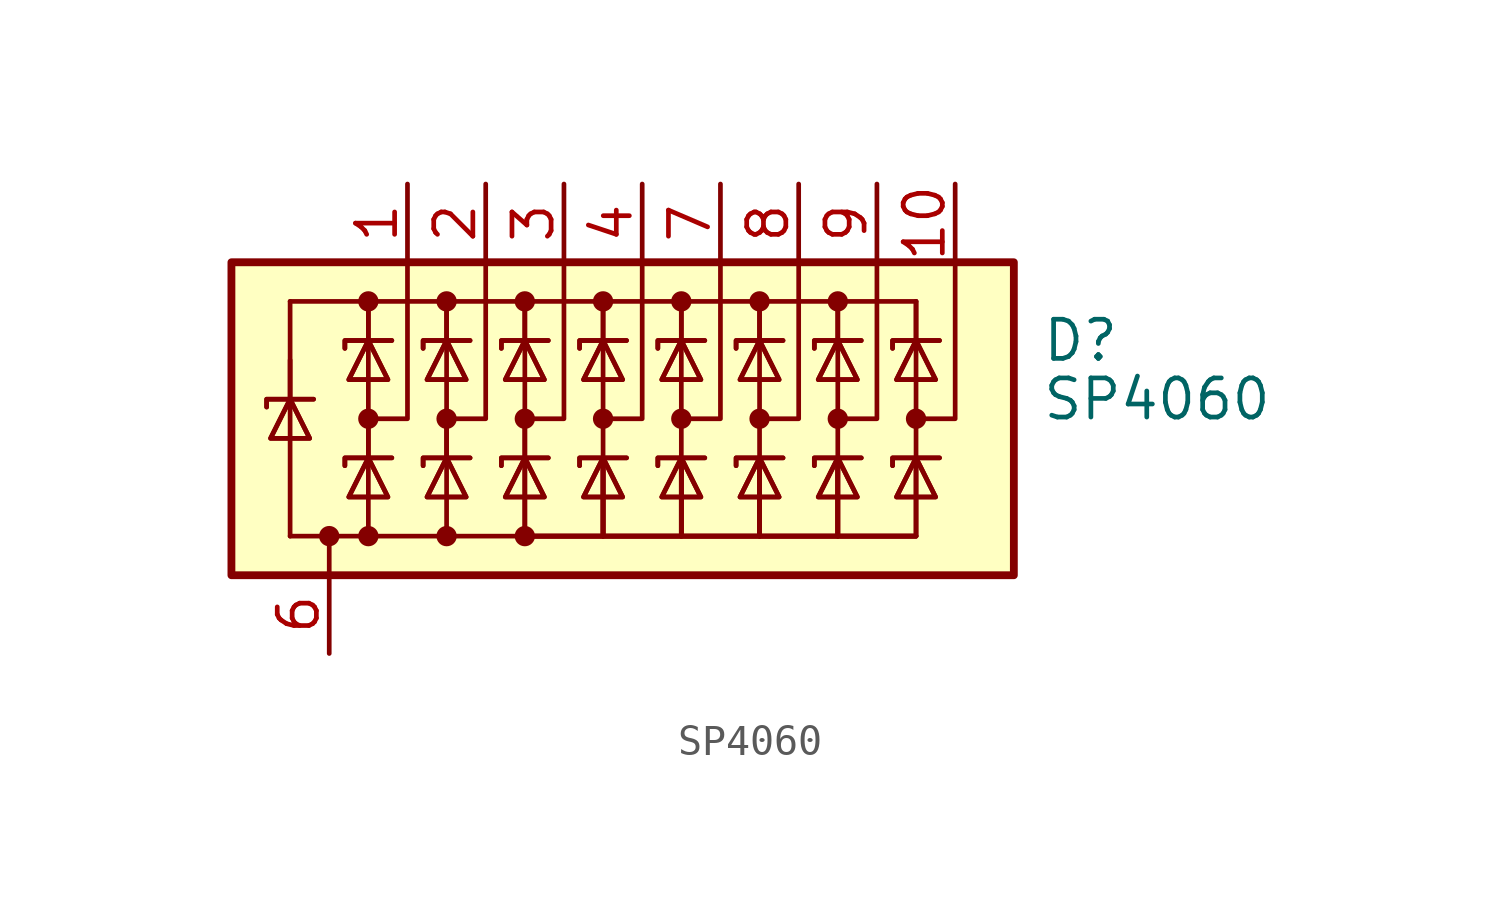
<source format=kicad_sym>
(kicad_symbol_lib
  (version 20231120)
  (generator "kicad_symbol_editor")
  (generator_version "8.0")
  (symbol "SP4060"
    (pin_names hide)
    (property "Reference" "D"
      (at 15.494 2.54 0)
      (effects (font (size 1.27 1.27)) (justify left)))
    (property "Value" "SP4060"
      (at 15.494 0.635 0)
      (effects (font (size 1.27 1.27)) (justify left)))
    (symbol "SP4060_0_1"
      (rectangle (start -10.795 5.08) (end 14.605 -5.08) (stroke (width 0.254) (type default)) (fill (type background)))
      (circle (center -7.62 -3.81) (radius 0.254) (stroke (width 0) (type default)) (fill (type outline)))
      (circle (center -6.35 -3.81) (radius 0.254) (stroke (width 0) (type default)) (fill (type outline)))
      (circle (center -6.35 0) (radius 0.254) (stroke (width 0) (type default)) (fill (type outline)))
      (circle (center -6.35 3.81) (radius 0.254) (stroke (width 0) (type default)) (fill (type outline)))
      (circle (center -3.81 -3.81) (radius 0.254) (stroke (width 0) (type default)) (fill (type outline)))
      (circle (center -3.81 0) (radius 0.254) (stroke (width 0) (type default)) (fill (type outline)))
      (circle (center -3.81 3.81) (radius 0.254) (stroke (width 0) (type default)) (fill (type outline)))
      (circle (center -1.27 -3.81) (radius 0.254) (stroke (width 0) (type default)) (fill (type outline)))
      (circle (center -1.27 0) (radius 0.254) (stroke (width 0) (type default)) (fill (type outline)))
      (circle (center -1.27 3.81) (radius 0.254) (stroke (width 0) (type default)) (fill (type outline)))
      (polyline (pts (xy -8.89 0.635) (xy -8.89 -3.81)) (stroke (width 0) (type default)) (fill (type none)))
      (polyline (pts (xy -8.89 1.905) (xy -8.89 0.635)) (stroke (width 0) (type default)) (fill (type none)))
      (polyline (pts (xy -8.89 3.81) (xy -8.89 0.635)) (stroke (width 0) (type default)) (fill (type none)))
      (polyline (pts (xy -7.62 -5.08) (xy -7.62 -3.81)) (stroke (width 0) (type default)) (fill (type none)))
      (polyline (pts (xy -6.35 -3.81) (xy -8.89 -3.81)) (stroke (width 0) (type default)) (fill (type none)))
      (polyline (pts (xy -6.35 0) (xy -6.35 -1.27)) (stroke (width 0) (type default)) (fill (type none)))
      (polyline (pts (xy -6.35 2.54) (xy -6.35 -1.27)) (stroke (width 0) (type default)) (fill (type none)))
      (polyline (pts (xy -6.35 3.81) (xy -6.35 2.54)) (stroke (width 0) (type default)) (fill (type none)))
      (polyline (pts (xy -6.35 3.81) (xy -6.35 2.54)) (stroke (width 0) (type default)) (fill (type none)))
      (polyline (pts (xy -3.81 0) (xy -3.81 -1.27)) (stroke (width 0) (type default)) (fill (type none)))
      (polyline (pts (xy -3.81 2.54) (xy -3.81 -1.27)) (stroke (width 0) (type default)) (fill (type none)))
      (polyline (pts (xy -3.81 3.81) (xy -3.81 2.54)) (stroke (width 0) (type default)) (fill (type none)))
      (polyline (pts (xy -3.81 3.81) (xy -3.81 2.54)) (stroke (width 0) (type default)) (fill (type none)))
      (polyline (pts (xy -1.27 0) (xy -1.27 -1.27)) (stroke (width 0) (type default)) (fill (type none)))
      (polyline (pts (xy -1.27 2.54) (xy -1.27 -1.27)) (stroke (width 0) (type default)) (fill (type none)))
      (polyline (pts (xy -1.27 3.81) (xy -1.27 2.54)) (stroke (width 0) (type default)) (fill (type none)))
      (polyline (pts (xy -1.27 3.81) (xy -1.27 2.54)) (stroke (width 0) (type default)) (fill (type none)))
      (polyline (pts (xy 1.27 2.54) (xy 1.27 -1.27)) (stroke (width 0) (type default)) (fill (type none)))
      (polyline (pts (xy 1.27 3.81) (xy 1.27 2.54)) (stroke (width 0) (type default)) (fill (type none)))
      (polyline (pts (xy 1.27 3.81) (xy 1.27 2.54)) (stroke (width 0) (type default)) (fill (type none)))
      (polyline (pts (xy 3.81 2.54) (xy 3.81 -1.27)) (stroke (width 0) (type default)) (fill (type none)))
      (polyline (pts (xy 3.81 3.81) (xy 3.81 2.54)) (stroke (width 0) (type default)) (fill (type none)))
      (polyline (pts (xy 3.81 3.81) (xy 3.81 2.54)) (stroke (width 0) (type default)) (fill (type none)))
      (polyline (pts (xy 6.35 2.54) (xy 6.35 -1.27)) (stroke (width 0) (type default)) (fill (type none)))
      (polyline (pts (xy 6.35 3.81) (xy 6.35 2.54)) (stroke (width 0) (type default)) (fill (type none)))
      (polyline (pts (xy 6.35 3.81) (xy 6.35 2.54)) (stroke (width 0) (type default)) (fill (type none)))
      (polyline (pts (xy 8.89 2.54) (xy 8.89 -1.27)) (stroke (width 0) (type default)) (fill (type none)))
      (polyline (pts (xy 8.89 3.81) (xy 8.89 2.54)) (stroke (width 0) (type default)) (fill (type none)))
      (polyline (pts (xy 8.89 3.81) (xy 8.89 2.54)) (stroke (width 0) (type default)) (fill (type none)))
      (polyline (pts (xy 11.43 2.54) (xy 11.43 -1.27)) (stroke (width 0) (type default)) (fill (type none)))
      (polyline (pts (xy 11.43 3.81) (xy -8.89 3.81)) (stroke (width 0) (type default)) (fill (type none)))
      (polyline (pts (xy 11.43 3.81) (xy 11.43 2.54)) (stroke (width 0) (type default)) (fill (type none)))
      (polyline (pts (xy 11.43 3.81) (xy 11.43 2.54)) (stroke (width 0) (type default)) (fill (type none)))
      (polyline (pts (xy -6.35 -1.27) (xy -6.35 -3.81) (xy -3.81 -3.81)) (stroke (width 0) (type default)) (fill (type none)))
      (polyline (pts (xy -5.08 5.08) (xy -5.08 0) (xy -6.35 0)) (stroke (width 0) (type default)) (fill (type none)))
      (polyline (pts (xy -3.81 -1.27) (xy -3.81 -3.81) (xy -1.27 -3.81)) (stroke (width 0) (type default)) (fill (type none)))
      (polyline (pts (xy -2.54 5.08) (xy -2.54 0) (xy -3.81 0)) (stroke (width 0) (type default)) (fill (type none)))
      (polyline (pts (xy -1.27 -1.27) (xy -1.27 -3.81) (xy 1.27 -3.81)) (stroke (width 0) (type default)) (fill (type none)))
      (polyline (pts (xy -1.27 -1.27) (xy -1.27 -3.81) (xy 1.27 -3.81)) (stroke (width 0) (type default)) (fill (type none)))
      (polyline (pts (xy 0 5.08) (xy 0 0) (xy -1.27 0)) (stroke (width 0) (type default)) (fill (type none)))
      (polyline (pts (xy 1.27 -1.27) (xy 1.27 -3.81) (xy -1.27 -3.81)) (stroke (width 0) (type default)) (fill (type none)))
      (polyline (pts (xy 1.27 -1.27) (xy 1.27 -3.81) (xy -1.27 -3.81)) (stroke (width 0) (type default)) (fill (type none)))
      (polyline (pts (xy 1.27 -1.27) (xy 1.27 -3.81) (xy 3.81 -3.81)) (stroke (width 0) (type default)) (fill (type none)))
      (polyline (pts (xy 1.27 -1.27) (xy 1.27 -3.81) (xy 3.81 -3.81)) (stroke (width 0) (type default)) (fill (type none)))
      (polyline (pts (xy 2.54 5.08) (xy 2.54 0) (xy 1.27 0)) (stroke (width 0) (type default)) (fill (type none)))
      (polyline (pts (xy 3.81 -1.27) (xy 3.81 -3.81) (xy 1.27 -3.81)) (stroke (width 0) (type default)) (fill (type none)))
      (polyline (pts (xy 3.81 -1.27) (xy 3.81 -3.81) (xy 1.27 -3.81)) (stroke (width 0) (type default)) (fill (type none)))
      (polyline (pts (xy 3.81 -1.27) (xy 3.81 -3.81) (xy 6.35 -3.81)) (stroke (width 0) (type default)) (fill (type none)))
      (polyline (pts (xy 3.81 -1.27) (xy 3.81 -3.81) (xy 6.35 -3.81)) (stroke (width 0) (type default)) (fill (type none)))
      (polyline (pts (xy 5.08 5.08) (xy 5.08 0) (xy 3.81 0)) (stroke (width 0) (type default)) (fill (type none)))
      (polyline (pts (xy 6.35 -1.27) (xy 6.35 -3.81) (xy 3.81 -3.81)) (stroke (width 0) (type default)) (fill (type none)))
      (polyline (pts (xy 6.35 -1.27) (xy 6.35 -3.81) (xy 3.81 -3.81)) (stroke (width 0) (type default)) (fill (type none)))
      (polyline (pts (xy 6.35 -1.27) (xy 6.35 -3.81) (xy 8.89 -3.81)) (stroke (width 0) (type default)) (fill (type none)))
      (polyline (pts (xy 6.35 -1.27) (xy 6.35 -3.81) (xy 8.89 -3.81)) (stroke (width 0) (type default)) (fill (type none)))
      (polyline (pts (xy 7.62 5.08) (xy 7.62 0) (xy 6.35 0)) (stroke (width 0) (type default)) (fill (type none)))
      (polyline (pts (xy 8.89 -1.27) (xy 8.89 -3.81) (xy 6.35 -3.81)) (stroke (width 0) (type default)) (fill (type none)))
      (polyline (pts (xy 8.89 -1.27) (xy 8.89 -3.81) (xy 6.35 -3.81)) (stroke (width 0) (type default)) (fill (type none)))
      (polyline (pts (xy 8.89 -1.27) (xy 8.89 -3.81) (xy 11.43 -3.81)) (stroke (width 0) (type default)) (fill (type none)))
      (polyline (pts (xy 8.89 -1.27) (xy 8.89 -3.81) (xy 11.43 -3.81)) (stroke (width 0) (type default)) (fill (type none)))
      (polyline (pts (xy 10.16 5.08) (xy 10.16 0) (xy 8.89 0)) (stroke (width 0) (type default)) (fill (type none)))
      (polyline (pts (xy 11.43 -1.27) (xy 11.43 -3.81) (xy 8.89 -3.81)) (stroke (width 0) (type default)) (fill (type none)))
      (polyline (pts (xy 11.43 -1.27) (xy 11.43 -3.81) (xy 8.89 -3.81)) (stroke (width 0) (type default)) (fill (type none)))
      (polyline (pts (xy 12.7 5.08) (xy 12.7 0) (xy 11.43 0)) (stroke (width 0) (type default)) (fill (type none)))
      (polyline (pts (xy -9.652 0.381) (xy -9.652 0.635) (xy -8.255 0.635) (xy -8.128 0.635)) (stroke (width 0) (type default)) (fill (type none)))
      (polyline (pts (xy -9.652 0.381) (xy -9.652 0.635) (xy -8.255 0.635) (xy -8.128 0.635)) (stroke (width 0) (type default)) (fill (type none)))
      (polyline (pts (xy -8.89 0.635) (xy -8.255 -0.635) (xy -9.525 -0.635) (xy -8.89 0.635)) (stroke (width 0) (type default)) (fill (type none)))
      (polyline (pts (xy -8.89 0.635) (xy -8.255 -0.635) (xy -9.525 -0.635) (xy -8.89 0.635)) (stroke (width 0) (type default)) (fill (type none)))
      (polyline (pts (xy -7.112 -1.524) (xy -7.112 -1.27) (xy -5.715 -1.27) (xy -5.588 -1.27)) (stroke (width 0) (type default)) (fill (type none)))
      (polyline (pts (xy -7.112 -1.524) (xy -7.112 -1.27) (xy -5.715 -1.27) (xy -5.588 -1.27)) (stroke (width 0) (type default)) (fill (type none)))
      (polyline (pts (xy -7.112 2.286) (xy -7.112 2.54) (xy -5.715 2.54) (xy -5.588 2.54)) (stroke (width 0) (type default)) (fill (type none)))
      (polyline (pts (xy -7.112 2.286) (xy -7.112 2.54) (xy -5.715 2.54) (xy -5.588 2.54)) (stroke (width 0) (type default)) (fill (type none)))
      (polyline (pts (xy -6.35 -1.27) (xy -5.715 -2.54) (xy -6.985 -2.54) (xy -6.35 -1.27)) (stroke (width 0) (type default)) (fill (type none)))
      (polyline (pts (xy -6.35 -1.27) (xy -5.715 -2.54) (xy -6.985 -2.54) (xy -6.35 -1.27)) (stroke (width 0) (type default)) (fill (type none)))
      (polyline (pts (xy -6.35 2.54) (xy -5.715 1.27) (xy -6.985 1.27) (xy -6.35 2.54)) (stroke (width 0) (type default)) (fill (type none)))
      (polyline (pts (xy -6.35 2.54) (xy -5.715 1.27) (xy -6.985 1.27) (xy -6.35 2.54)) (stroke (width 0) (type default)) (fill (type none)))
      (polyline (pts (xy -4.572 -1.524) (xy -4.572 -1.27) (xy -3.175 -1.27) (xy -3.048 -1.27)) (stroke (width 0) (type default)) (fill (type none)))
      (polyline (pts (xy -4.572 -1.524) (xy -4.572 -1.27) (xy -3.175 -1.27) (xy -3.048 -1.27)) (stroke (width 0) (type default)) (fill (type none)))
      (polyline (pts (xy -4.572 2.286) (xy -4.572 2.54) (xy -3.175 2.54) (xy -3.048 2.54)) (stroke (width 0) (type default)) (fill (type none)))
      (polyline (pts (xy -4.572 2.286) (xy -4.572 2.54) (xy -3.175 2.54) (xy -3.048 2.54)) (stroke (width 0) (type default)) (fill (type none)))
      (polyline (pts (xy -3.81 -1.27) (xy -3.175 -2.54) (xy -4.445 -2.54) (xy -3.81 -1.27)) (stroke (width 0) (type default)) (fill (type none)))
      (polyline (pts (xy -3.81 -1.27) (xy -3.175 -2.54) (xy -4.445 -2.54) (xy -3.81 -1.27)) (stroke (width 0) (type default)) (fill (type none)))
      (polyline (pts (xy -3.81 2.54) (xy -3.175 1.27) (xy -4.445 1.27) (xy -3.81 2.54)) (stroke (width 0) (type default)) (fill (type none)))
      (polyline (pts (xy -3.81 2.54) (xy -3.175 1.27) (xy -4.445 1.27) (xy -3.81 2.54)) (stroke (width 0) (type default)) (fill (type none)))
      (polyline (pts (xy -2.032 -1.524) (xy -2.032 -1.27) (xy -0.635 -1.27) (xy -0.508 -1.27)) (stroke (width 0) (type default)) (fill (type none)))
      (polyline (pts (xy -2.032 -1.524) (xy -2.032 -1.27) (xy -0.635 -1.27) (xy -0.508 -1.27)) (stroke (width 0) (type default)) (fill (type none)))
      (polyline (pts (xy -2.032 2.286) (xy -2.032 2.54) (xy -0.635 2.54) (xy -0.508 2.54)) (stroke (width 0) (type default)) (fill (type none)))
      (polyline (pts (xy -2.032 2.286) (xy -2.032 2.54) (xy -0.635 2.54) (xy -0.508 2.54)) (stroke (width 0) (type default)) (fill (type none)))
      (polyline (pts (xy -1.27 -1.27) (xy -0.635 -2.54) (xy -1.905 -2.54) (xy -1.27 -1.27)) (stroke (width 0) (type default)) (fill (type none)))
      (polyline (pts (xy -1.27 -1.27) (xy -0.635 -2.54) (xy -1.905 -2.54) (xy -1.27 -1.27)) (stroke (width 0) (type default)) (fill (type none)))
      (polyline (pts (xy -1.27 2.54) (xy -0.635 1.27) (xy -1.905 1.27) (xy -1.27 2.54)) (stroke (width 0) (type default)) (fill (type none)))
      (polyline (pts (xy -1.27 2.54) (xy -0.635 1.27) (xy -1.905 1.27) (xy -1.27 2.54)) (stroke (width 0) (type default)) (fill (type none)))
      (polyline (pts (xy 0.508 -1.524) (xy 0.508 -1.27) (xy 1.905 -1.27) (xy 2.032 -1.27)) (stroke (width 0) (type default)) (fill (type none)))
      (polyline (pts (xy 0.508 -1.524) (xy 0.508 -1.27) (xy 1.905 -1.27) (xy 2.032 -1.27)) (stroke (width 0) (type default)) (fill (type none)))
      (polyline (pts (xy 0.508 2.286) (xy 0.508 2.54) (xy 1.905 2.54) (xy 2.032 2.54)) (stroke (width 0) (type default)) (fill (type none)))
      (polyline (pts (xy 0.508 2.286) (xy 0.508 2.54) (xy 1.905 2.54) (xy 2.032 2.54)) (stroke (width 0) (type default)) (fill (type none)))
      (polyline (pts (xy 1.27 -1.27) (xy 0.635 -2.54) (xy 1.905 -2.54) (xy 1.27 -1.27)) (stroke (width 0) (type default)) (fill (type none)))
      (polyline (pts (xy 1.27 -1.27) (xy 0.635 -2.54) (xy 1.905 -2.54) (xy 1.27 -1.27)) (stroke (width 0) (type default)) (fill (type none)))
      (polyline (pts (xy 1.27 2.54) (xy 0.635 1.27) (xy 1.905 1.27) (xy 1.27 2.54)) (stroke (width 0) (type default)) (fill (type none)))
      (polyline (pts (xy 1.27 2.54) (xy 0.635 1.27) (xy 1.905 1.27) (xy 1.27 2.54)) (stroke (width 0) (type default)) (fill (type none)))
      (polyline (pts (xy 3.048 -1.524) (xy 3.048 -1.27) (xy 4.445 -1.27) (xy 4.572 -1.27)) (stroke (width 0) (type default)) (fill (type none)))
      (polyline (pts (xy 3.048 -1.524) (xy 3.048 -1.27) (xy 4.445 -1.27) (xy 4.572 -1.27)) (stroke (width 0) (type default)) (fill (type none)))
      (polyline (pts (xy 3.048 2.286) (xy 3.048 2.54) (xy 4.445 2.54) (xy 4.572 2.54)) (stroke (width 0) (type default)) (fill (type none)))
      (polyline (pts (xy 3.048 2.286) (xy 3.048 2.54) (xy 4.445 2.54) (xy 4.572 2.54)) (stroke (width 0) (type default)) (fill (type none)))
      (polyline (pts (xy 3.81 -1.27) (xy 3.175 -2.54) (xy 4.445 -2.54) (xy 3.81 -1.27)) (stroke (width 0) (type default)) (fill (type none)))
      (polyline (pts (xy 3.81 -1.27) (xy 3.175 -2.54) (xy 4.445 -2.54) (xy 3.81 -1.27)) (stroke (width 0) (type default)) (fill (type none)))
      (polyline (pts (xy 3.81 2.54) (xy 3.175 1.27) (xy 4.445 1.27) (xy 3.81 2.54)) (stroke (width 0) (type default)) (fill (type none)))
      (polyline (pts (xy 3.81 2.54) (xy 3.175 1.27) (xy 4.445 1.27) (xy 3.81 2.54)) (stroke (width 0) (type default)) (fill (type none)))
      (polyline (pts (xy 5.588 -1.524) (xy 5.588 -1.27) (xy 6.985 -1.27) (xy 7.112 -1.27)) (stroke (width 0) (type default)) (fill (type none)))
      (polyline (pts (xy 5.588 -1.524) (xy 5.588 -1.27) (xy 6.985 -1.27) (xy 7.112 -1.27)) (stroke (width 0) (type default)) (fill (type none)))
      (polyline (pts (xy 5.588 2.286) (xy 5.588 2.54) (xy 6.985 2.54) (xy 7.112 2.54)) (stroke (width 0) (type default)) (fill (type none)))
      (polyline (pts (xy 5.588 2.286) (xy 5.588 2.54) (xy 6.985 2.54) (xy 7.112 2.54)) (stroke (width 0) (type default)) (fill (type none)))
      (polyline (pts (xy 6.35 -1.27) (xy 5.715 -2.54) (xy 6.985 -2.54) (xy 6.35 -1.27)) (stroke (width 0) (type default)) (fill (type none)))
      (polyline (pts (xy 6.35 -1.27) (xy 5.715 -2.54) (xy 6.985 -2.54) (xy 6.35 -1.27)) (stroke (width 0) (type default)) (fill (type none)))
      (polyline (pts (xy 6.35 2.54) (xy 5.715 1.27) (xy 6.985 1.27) (xy 6.35 2.54)) (stroke (width 0) (type default)) (fill (type none)))
      (polyline (pts (xy 6.35 2.54) (xy 5.715 1.27) (xy 6.985 1.27) (xy 6.35 2.54)) (stroke (width 0) (type default)) (fill (type none)))
      (polyline (pts (xy 8.128 -1.524) (xy 8.128 -1.27) (xy 9.525 -1.27) (xy 9.652 -1.27)) (stroke (width 0) (type default)) (fill (type none)))
      (polyline (pts (xy 8.128 -1.524) (xy 8.128 -1.27) (xy 9.525 -1.27) (xy 9.652 -1.27)) (stroke (width 0) (type default)) (fill (type none)))
      (polyline (pts (xy 8.128 2.286) (xy 8.128 2.54) (xy 9.525 2.54) (xy 9.652 2.54)) (stroke (width 0) (type default)) (fill (type none)))
      (polyline (pts (xy 8.128 2.286) (xy 8.128 2.54) (xy 9.525 2.54) (xy 9.652 2.54)) (stroke (width 0) (type default)) (fill (type none)))
      (polyline (pts (xy 8.89 -1.27) (xy 8.255 -2.54) (xy 9.525 -2.54) (xy 8.89 -1.27)) (stroke (width 0) (type default)) (fill (type none)))
      (polyline (pts (xy 8.89 -1.27) (xy 8.255 -2.54) (xy 9.525 -2.54) (xy 8.89 -1.27)) (stroke (width 0) (type default)) (fill (type none)))
      (polyline (pts (xy 8.89 2.54) (xy 8.255 1.27) (xy 9.525 1.27) (xy 8.89 2.54)) (stroke (width 0) (type default)) (fill (type none)))
      (polyline (pts (xy 8.89 2.54) (xy 8.255 1.27) (xy 9.525 1.27) (xy 8.89 2.54)) (stroke (width 0) (type default)) (fill (type none)))
      (polyline (pts (xy 10.668 -1.524) (xy 10.668 -1.27) (xy 12.065 -1.27) (xy 12.192 -1.27)) (stroke (width 0) (type default)) (fill (type none)))
      (polyline (pts (xy 10.668 -1.524) (xy 10.668 -1.27) (xy 12.065 -1.27) (xy 12.192 -1.27)) (stroke (width 0) (type default)) (fill (type none)))
      (polyline (pts (xy 10.668 2.286) (xy 10.668 2.54) (xy 12.065 2.54) (xy 12.192 2.54)) (stroke (width 0) (type default)) (fill (type none)))
      (polyline (pts (xy 10.668 2.286) (xy 10.668 2.54) (xy 12.065 2.54) (xy 12.192 2.54)) (stroke (width 0) (type default)) (fill (type none)))
      (polyline (pts (xy 11.43 -1.27) (xy 10.795 -2.54) (xy 12.065 -2.54) (xy 11.43 -1.27)) (stroke (width 0) (type default)) (fill (type none)))
      (polyline (pts (xy 11.43 -1.27) (xy 10.795 -2.54) (xy 12.065 -2.54) (xy 11.43 -1.27)) (stroke (width 0) (type default)) (fill (type none)))
      (polyline (pts (xy 11.43 2.54) (xy 10.795 1.27) (xy 12.065 1.27) (xy 11.43 2.54)) (stroke (width 0) (type default)) (fill (type none)))
      (polyline (pts (xy 11.43 2.54) (xy 10.795 1.27) (xy 12.065 1.27) (xy 11.43 2.54)) (stroke (width 0) (type default)) (fill (type none)))
      (circle (center 1.27 0) (radius 0.254) (stroke (width 0) (type default)) (fill (type outline)))
      (circle (center 1.27 3.81) (radius 0.254) (stroke (width 0) (type default)) (fill (type outline)))
      (circle (center 3.81 0) (radius 0.254) (stroke (width 0) (type default)) (fill (type outline)))
      (circle (center 3.81 3.81) (radius 0.254) (stroke (width 0) (type default)) (fill (type outline)))
      (circle (center 6.35 0) (radius 0.254) (stroke (width 0) (type default)) (fill (type outline)))
      (circle (center 6.35 3.81) (radius 0.254) (stroke (width 0) (type default)) (fill (type outline)))
      (circle (center 8.89 0) (radius 0.254) (stroke (width 0) (type default)) (fill (type outline)))
      (circle (center 8.89 3.81) (radius 0.254) (stroke (width 0) (type default)) (fill (type outline)))
      (circle (center 11.43 0) (radius 0.254) (stroke (width 0) (type default)) (fill (type outline))))
    (symbol "SP4060_1_0"
      (pin passive line (at -7.62 -7.62 90) (length 2.54) (name "A" (effects (font (size 1.27 1.27)))) (number "6" (effects (font (size 1.27 1.27))))))
    (symbol "SP4060_1_1"
      (pin passive line (at -5.08 7.62 270) (length 2.54) (name "K1" (effects (font (size 1.27 1.27)))) (number "1" (effects (font (size 1.27 1.27)))))
      (pin passive line (at 12.7 7.62 270) (length 2.54) (name "K8" (effects (font (size 1.27 1.27)))) (number "10" (effects (font (size 1.27 1.27)))))
      (pin passive line (at -2.54 7.62 270) (length 2.54) (name "K2" (effects (font (size 1.27 1.27)))) (number "2" (effects (font (size 1.27 1.27)))))
      (pin passive line (at 0 7.62 270) (length 2.54) (name "K3" (effects (font (size 1.27 1.27)))) (number "3" (effects (font (size 1.27 1.27)))))
      (pin passive line (at 2.54 7.62 270) (length 2.54) (name "K4" (effects (font (size 1.27 1.27)))) (number "4" (effects (font (size 1.27 1.27)))))
      (pin no_connect line (at -8.89 -2.54 270) (length 2.54) hide (name "" (effects (font (size 1.27 1.27)))) (number "5" (effects (font (size 1.27 1.27)))))
      (pin passive line (at 5.08 7.62 270) (length 2.54) (name "K5" (effects (font (size 1.27 1.27)))) (number "7" (effects (font (size 1.27 1.27)))))
      (pin passive line (at 7.62 7.62 270) (length 2.54) (name "K6" (effects (font (size 1.27 1.27)))) (number "8" (effects (font (size 1.27 1.27)))))
      (pin passive line (at 10.16 7.62 270) (length 2.54) (name "K7" (effects (font (size 1.27 1.27)))) (number "9" (effects (font (size 1.27 1.27))))))))
</source>
